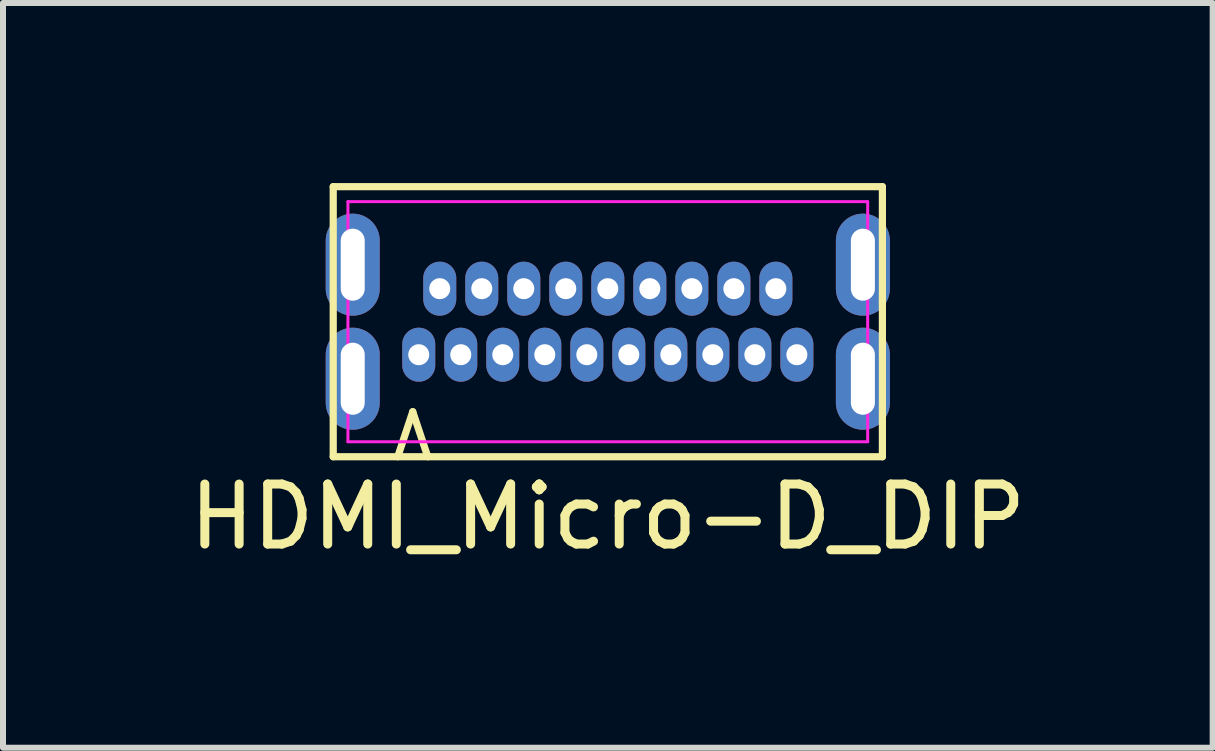
<source format=kicad_pcb>
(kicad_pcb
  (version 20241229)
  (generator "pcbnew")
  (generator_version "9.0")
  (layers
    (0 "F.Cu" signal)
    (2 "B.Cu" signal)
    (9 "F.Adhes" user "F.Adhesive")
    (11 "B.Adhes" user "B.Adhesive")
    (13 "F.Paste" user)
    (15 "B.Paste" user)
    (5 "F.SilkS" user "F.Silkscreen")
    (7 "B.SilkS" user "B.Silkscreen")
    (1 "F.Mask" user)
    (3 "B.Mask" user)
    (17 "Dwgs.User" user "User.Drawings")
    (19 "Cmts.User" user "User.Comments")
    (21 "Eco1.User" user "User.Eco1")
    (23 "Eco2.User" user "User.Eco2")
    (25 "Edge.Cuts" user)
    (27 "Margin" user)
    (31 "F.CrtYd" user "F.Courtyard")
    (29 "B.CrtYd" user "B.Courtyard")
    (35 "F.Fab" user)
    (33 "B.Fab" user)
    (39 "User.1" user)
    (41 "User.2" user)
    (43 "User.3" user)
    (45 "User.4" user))
  (footprint "HDMI_Micro-D_DIP"
    (layer "F.Cu")
    (at 7.077 2.31)
    (property "Reference" "HDMI_Micro-D_DIP" (at 0 3.25 180) (layer "F.SilkS") (effects (font (size 1 1) (thickness 0.15))))
    (attr through_hole)
    (fp_line (start -4.575 -2.25) (end -4.575 2.25) (stroke (width 0.12) (type solid)) (layer "F.SilkS"))
    (fp_line (start -4.575 2.25) (end 4.575 2.25) (stroke (width 0.12) (type solid)) (layer "F.SilkS"))
    (fp_line (start -3.5 2.25) (end -3.25 1.5) (stroke (width 0.12) (type solid)) (layer "F.SilkS"))
    (fp_line (start -3.25 1.5) (end -3 2.25) (stroke (width 0.12) (type solid)) (layer "F.SilkS"))
    (fp_line (start 4.575 -2.25) (end -4.575 -2.25) (stroke (width 0.12) (type solid)) (layer "F.SilkS"))
    (fp_line (start 4.575 -2.25) (end 4.575 2.25) (stroke (width 0.12) (type solid)) (layer "F.SilkS"))
    (fp_line (start -4.33 -2) (end 4.33 -2) (stroke (width 0.05) (type solid)) (layer "F.CrtYd"))
    (fp_line (start -4.33 2) (end -4.33 -2) (stroke (width 0.05) (type solid)) (layer "F.CrtYd"))
    (fp_line (start 4.33 -2) (end 4.33 2) (stroke (width 0.05) (type solid)) (layer "F.CrtYd"))
    (fp_line (start 4.33 2) (end -4.33 2) (stroke (width 0.05) (type solid)) (layer "F.CrtYd"))
    (pad "1" thru_hole oval (at -3.15 0.55 180) (size 0.55 0.9) (drill 0.35) (layers "*.Cu" "*.Mask"))
    (pad "2" thru_hole oval (at -2.8 -0.55 180) (size 0.55 0.9) (drill 0.35) (layers "*.Cu" "*.Mask"))
    (pad "3" thru_hole oval (at -2.45 0.55 180) (size 0.55 0.9) (drill 0.35) (layers "*.Cu" "*.Mask"))
    (pad "4" thru_hole oval (at -2.1 -0.55 180) (size 0.55 0.9) (drill 0.35) (layers "*.Cu" "*.Mask"))
    (pad "5" thru_hole oval (at -1.75 0.55 180) (size 0.55 0.9) (drill 0.35) (layers "*.Cu" "*.Mask"))
    (pad "6" thru_hole oval (at -1.4 -0.55 180) (size 0.55 0.9) (drill 0.35) (layers "*.Cu" "*.Mask"))
    (pad "7" thru_hole oval (at -1.05 0.55 180) (size 0.55 0.9) (drill 0.35) (layers "*.Cu" "*.Mask"))
    (pad "8" thru_hole oval (at -0.7 -0.55 180) (size 0.55 0.9) (drill 0.35) (layers "*.Cu" "*.Mask"))
    (pad "9" thru_hole oval (at -0.35 0.55 180) (size 0.55 0.9) (drill 0.35) (layers "*.Cu" "*.Mask"))
    (pad "10" thru_hole oval (at 0 -0.55 180) (size 0.55 0.9) (drill 0.35) (layers "*.Cu" "*.Mask"))
    (pad "11" thru_hole oval (at 0.35 0.55 180) (size 0.55 0.9) (drill 0.35) (layers "*.Cu" "*.Mask"))
    (pad "12" thru_hole oval (at 0.7 -0.55 180) (size 0.55 0.9) (drill 0.35) (layers "*.Cu" "*.Mask"))
    (pad "13" thru_hole oval (at 1.05 0.55 180) (size 0.55 0.9) (drill 0.35) (layers "*.Cu" "*.Mask"))
    (pad "14" thru_hole oval (at 1.4 -0.55 180) (size 0.55 0.9) (drill 0.35) (layers "*.Cu" "*.Mask"))
    (pad "15" thru_hole oval (at 1.75 0.55 180) (size 0.55 0.9) (drill 0.35) (layers "*.Cu" "*.Mask"))
    (pad "16" thru_hole oval (at 2.1 -0.55 180) (size 0.55 0.9) (drill 0.35) (layers "*.Cu" "*.Mask"))
    (pad "17" thru_hole oval (at 2.45 0.55 180) (size 0.55 0.9) (drill 0.35) (layers "*.Cu" "*.Mask"))
    (pad "18" thru_hole oval (at 2.8 -0.55 180) (size 0.55 0.9) (drill 0.35) (layers "*.Cu" "*.Mask"))
    (pad "19" thru_hole oval (at 3.15 0.55 180) (size 0.55 0.9) (drill 0.35) (layers "*.Cu" "*.Mask"))
    (pad "SH" thru_hole oval (at -4.25 -0.95 180) (size 0.9 1.7) (drill oval 0.4 1.2) (layers "*.Cu" "*.Mask"))
    (pad "SH" thru_hole oval (at -4.25 0.95 180) (size 0.9 1.7) (drill oval 0.4 1.2) (layers "*.Cu" "*.Mask"))
    (pad "SH" thru_hole oval (at 4.25 -0.95 180) (size 0.9 1.7) (drill oval 0.4 1.2) (layers "*.Cu" "*.Mask"))
    (pad "SH" thru_hole oval (at 4.25 0.95 180) (size 0.9 1.7) (drill oval 0.4 1.2) (layers "*.Cu" "*.Mask")))
  (gr_rect
    (start -3 -3)
    (end 17.155 9.408)
    (stroke (width 0.1) (type default))
    (fill no)
    (layer "Edge.Cuts")))
</source>
